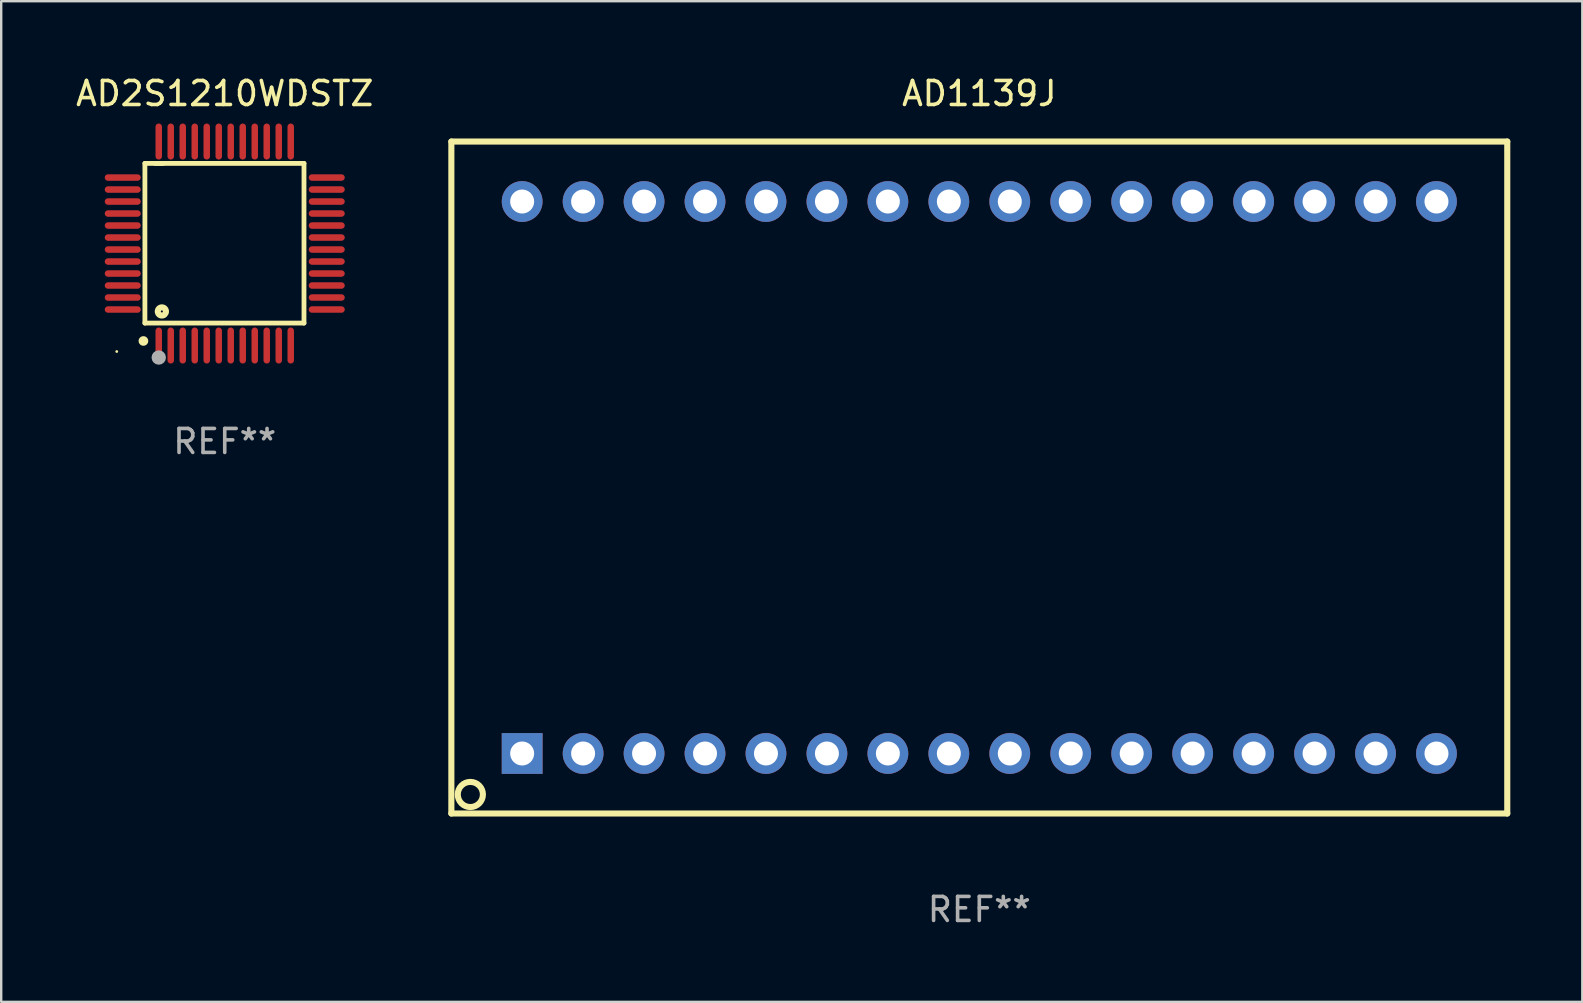
<source format=kicad_pcb>
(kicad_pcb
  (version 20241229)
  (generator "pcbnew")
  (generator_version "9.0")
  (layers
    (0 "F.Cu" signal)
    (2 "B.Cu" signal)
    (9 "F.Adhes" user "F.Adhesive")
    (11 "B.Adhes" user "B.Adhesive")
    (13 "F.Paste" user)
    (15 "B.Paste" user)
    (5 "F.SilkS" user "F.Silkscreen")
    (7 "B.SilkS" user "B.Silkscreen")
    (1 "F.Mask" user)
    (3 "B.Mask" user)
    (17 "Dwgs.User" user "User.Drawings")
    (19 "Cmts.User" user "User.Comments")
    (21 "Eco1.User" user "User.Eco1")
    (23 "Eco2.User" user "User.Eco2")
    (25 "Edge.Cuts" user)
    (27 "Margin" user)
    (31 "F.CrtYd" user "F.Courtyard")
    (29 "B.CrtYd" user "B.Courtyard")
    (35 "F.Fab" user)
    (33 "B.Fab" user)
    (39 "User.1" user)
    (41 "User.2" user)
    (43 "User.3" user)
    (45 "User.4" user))
  (footprint "AD1139J"
    (layer "F.Cu")
    (at 37.758 16.848)
    (property "Reference" "AD1139J" (at 0 -16 0) (layer "F.SilkS") (effects (font (size 1 1) (thickness 0.15))))
    (attr through_hole)
    (fp_line (start -22 -14) (end -22 14) (stroke (width 0.254) (type solid)) (layer "F.SilkS"))
    (fp_line (start 22 -14) (end -22 -14) (stroke (width 0.254) (type solid)) (layer "F.SilkS"))
    (fp_line (start 22 -14) (end 22 14) (stroke (width 0.254) (type solid)) (layer "F.SilkS"))
    (fp_line (start 22 14) (end -22 14) (stroke (width 0.254) (type solid)) (layer "F.SilkS"))
    (fp_circle (center -21.209 13.208) (end -20.685 13.208) (stroke (width 0.254) (type solid)) (fill no) (layer "F.SilkS"))
    (fp_text user "REF**" (at 0 18 0) (layer "F.Fab") (effects (font (size 1 1) (thickness 0.15))))
    (pad "1" thru_hole rect (at -19.05 11.5) (size 1.7 1.7) (drill 1) (layers "*.Cu" "*.Mask"))
    (pad "2" thru_hole circle (at -16.51 11.5) (size 1.7 1.7) (drill 1) (layers "*.Cu" "*.Mask"))
    (pad "3" thru_hole circle (at -13.97 11.5) (size 1.7 1.7) (drill 1) (layers "*.Cu" "*.Mask"))
    (pad "4" thru_hole circle (at -11.43 11.5) (size 1.7 1.7) (drill 1) (layers "*.Cu" "*.Mask"))
    (pad "5" thru_hole circle (at -8.89 11.5) (size 1.7 1.7) (drill 1) (layers "*.Cu" "*.Mask"))
    (pad "6" thru_hole circle (at -6.35 11.5) (size 1.7 1.7) (drill 1) (layers "*.Cu" "*.Mask"))
    (pad "7" thru_hole circle (at -3.81 11.5) (size 1.7 1.7) (drill 1) (layers "*.Cu" "*.Mask"))
    (pad "8" thru_hole circle (at -1.27 11.5) (size 1.7 1.7) (drill 1) (layers "*.Cu" "*.Mask"))
    (pad "9" thru_hole circle (at 1.27 11.5) (size 1.7 1.7) (drill 1) (layers "*.Cu" "*.Mask"))
    (pad "10" thru_hole circle (at 3.81 11.5) (size 1.7 1.7) (drill 1) (layers "*.Cu" "*.Mask"))
    (pad "11" thru_hole circle (at 6.35 11.5) (size 1.7 1.7) (drill 1) (layers "*.Cu" "*.Mask"))
    (pad "12" thru_hole circle (at 8.89 11.5) (size 1.7 1.7) (drill 1) (layers "*.Cu" "*.Mask"))
    (pad "13" thru_hole circle (at 11.43 11.5) (size 1.7 1.7) (drill 1) (layers "*.Cu" "*.Mask"))
    (pad "14" thru_hole circle (at 13.97 11.5) (size 1.7 1.7) (drill 1) (layers "*.Cu" "*.Mask"))
    (pad "15" thru_hole circle (at 16.51 11.5) (size 1.7 1.7) (drill 1) (layers "*.Cu" "*.Mask"))
    (pad "16" thru_hole circle (at 19.05 11.5) (size 1.7 1.7) (drill 1) (layers "*.Cu" "*.Mask"))
    (pad "17" thru_hole circle (at 19.05 -11.5) (size 1.7 1.7) (drill 1) (layers "*.Cu" "*.Mask"))
    (pad "18" thru_hole circle (at 16.51 -11.5) (size 1.7 1.7) (drill 1) (layers "*.Cu" "*.Mask"))
    (pad "19" thru_hole circle (at 13.97 -11.5) (size 1.7 1.7) (drill 1) (layers "*.Cu" "*.Mask"))
    (pad "20" thru_hole circle (at 11.43 -11.5) (size 1.7 1.7) (drill 1) (layers "*.Cu" "*.Mask"))
    (pad "21" thru_hole circle (at 8.89 -11.5) (size 1.7 1.7) (drill 1) (layers "*.Cu" "*.Mask"))
    (pad "22" thru_hole circle (at 6.35 -11.5) (size 1.7 1.7) (drill 1) (layers "*.Cu" "*.Mask"))
    (pad "23" thru_hole circle (at 3.81 -11.5) (size 1.7 1.7) (drill 1) (layers "*.Cu" "*.Mask"))
    (pad "24" thru_hole circle (at 1.27 -11.5) (size 1.7 1.7) (drill 1) (layers "*.Cu" "*.Mask"))
    (pad "25" thru_hole circle (at -1.27 -11.5) (size 1.7 1.7) (drill 1) (layers "*.Cu" "*.Mask"))
    (pad "26" thru_hole circle (at -3.81 -11.5) (size 1.7 1.7) (drill 1) (layers "*.Cu" "*.Mask"))
    (pad "27" thru_hole circle (at -6.35 -11.5) (size 1.7 1.7) (drill 1) (layers "*.Cu" "*.Mask"))
    (pad "28" thru_hole circle (at -8.89 -11.5) (size 1.7 1.7) (drill 1) (layers "*.Cu" "*.Mask"))
    (pad "29" thru_hole circle (at -11.43 -11.5) (size 1.7 1.7) (drill 1) (layers "*.Cu" "*.Mask"))
    (pad "30" thru_hole circle (at -13.97 -11.5) (size 1.7 1.7) (drill 1) (layers "*.Cu" "*.Mask"))
    (pad "31" thru_hole circle (at -16.51 -11.5) (size 1.7 1.7) (drill 1) (layers "*.Cu" "*.Mask"))
    (pad "32" thru_hole circle (at -19.05 -11.5) (size 1.7 1.7) (drill 1) (layers "*.Cu" "*.Mask")))
  (footprint "AD2S1210WDSTZ"
    (layer "F.Cu")
    (at 6.315 7.098)
    (property "Reference" "AD2S1210WDSTZ" (at 0 -6.25 0) (layer "F.SilkS") (effects (font (size 1 1) (thickness 0.15))))
    (attr through_hole)
    (fp_line (start -3.327 -3.34) (end -2.565 -3.34) (stroke (width 0.2) (type solid)) (layer "F.SilkS"))
    (fp_line (start -3.327 3.315) (end -3.327 -3.34) (stroke (width 0.2) (type solid)) (layer "F.SilkS"))
    (fp_line (start -2.896 -3.34) (end 3.302 -3.34) (stroke (width 0.2) (type solid)) (layer "F.SilkS"))
    (fp_line (start 3.302 -3.34) (end 3.302 3.315) (stroke (width 0.2) (type solid)) (layer "F.SilkS"))
    (fp_line (start 3.302 3.315) (end -3.327 3.315) (stroke (width 0.2) (type solid)) (layer "F.SilkS"))
    (fp_arc (start -3.389992 4.059995) (mid -3.388722 4.059991) (end -3.387452 4.059995) (stroke (width 0.4) (type solid)) (layer "F.SilkS"))
    (fp_circle (center -4.5 4.5) (end -4.47 4.5) (stroke (width 0.06) (type solid)) (fill no) (layer "F.SilkS"))
    (fp_circle (center -2.62 2.83) (end -2.45 2.83) (stroke (width 0.254) (type solid)) (fill no) (layer "F.SilkS"))
    (fp_circle (center -2.75 4.75) (end -2.6 4.75) (stroke (width 0.3) (type solid)) (fill no) (layer "F.Fab"))
    (fp_text user "REF**" (at 0 8.25 0) (layer "F.Fab") (effects (font (size 1 1) (thickness 0.15))))
    (pad "1" smd oval (at -2.75 4.25) (size 0.27 1.5) (layers "F.Cu" "F.Mask" "F.Paste"))
    (pad "2" smd oval (at -2.25 4.25) (size 0.27 1.5) (layers "F.Cu" "F.Mask" "F.Paste"))
    (pad "3" smd oval (at -1.75 4.25) (size 0.27 1.5) (layers "F.Cu" "F.Mask" "F.Paste"))
    (pad "4" smd oval (at -1.25 4.25) (size 0.27 1.5) (layers "F.Cu" "F.Mask" "F.Paste"))
    (pad "5" smd oval (at -0.75 4.25) (size 0.27 1.5) (layers "F.Cu" "F.Mask" "F.Paste"))
    (pad "6" smd oval (at -0.25 4.25) (size 0.27 1.5) (layers "F.Cu" "F.Mask" "F.Paste"))
    (pad "7" smd oval (at 0.25 4.25) (size 0.27 1.5) (layers "F.Cu" "F.Mask" "F.Paste"))
    (pad "8" smd oval (at 0.75 4.25) (size 0.27 1.5) (layers "F.Cu" "F.Mask" "F.Paste"))
    (pad "9" smd oval (at 1.25 4.25) (size 0.27 1.5) (layers "F.Cu" "F.Mask" "F.Paste"))
    (pad "10" smd oval (at 1.75 4.25) (size 0.27 1.5) (layers "F.Cu" "F.Mask" "F.Paste"))
    (pad "11" smd oval (at 2.25 4.25) (size 0.27 1.5) (layers "F.Cu" "F.Mask" "F.Paste"))
    (pad "12" smd oval (at 2.75 4.25) (size 0.27 1.5) (layers "F.Cu" "F.Mask" "F.Paste"))
    (pad "13" smd oval (at 4.25 2.75) (size 1.5 0.27) (layers "F.Cu" "F.Mask" "F.Paste"))
    (pad "14" smd oval (at 4.25 2.25) (size 1.5 0.27) (layers "F.Cu" "F.Mask" "F.Paste"))
    (pad "15" smd oval (at 4.25 1.75) (size 1.5 0.27) (layers "F.Cu" "F.Mask" "F.Paste"))
    (pad "16" smd oval (at 4.25 1.25) (size 1.5 0.27) (layers "F.Cu" "F.Mask" "F.Paste"))
    (pad "17" smd oval (at 4.25 0.75) (size 1.5 0.27) (layers "F.Cu" "F.Mask" "F.Paste"))
    (pad "18" smd oval (at 4.25 0.25) (size 1.5 0.27) (layers "F.Cu" "F.Mask" "F.Paste"))
    (pad "19" smd oval (at 4.25 -0.25) (size 1.5 0.27) (layers "F.Cu" "F.Mask" "F.Paste"))
    (pad "20" smd oval (at 4.25 -0.75) (size 1.5 0.27) (layers "F.Cu" "F.Mask" "F.Paste"))
    (pad "21" smd oval (at 4.25 -1.25) (size 1.5 0.27) (layers "F.Cu" "F.Mask" "F.Paste"))
    (pad "22" smd oval (at 4.25 -1.75) (size 1.5 0.27) (layers "F.Cu" "F.Mask" "F.Paste"))
    (pad "23" smd oval (at 4.25 -2.25) (size 1.5 0.27) (layers "F.Cu" "F.Mask" "F.Paste"))
    (pad "24" smd oval (at 4.25 -2.75) (size 1.5 0.27) (layers "F.Cu" "F.Mask" "F.Paste"))
    (pad "25" smd oval (at 2.75 -4.25) (size 0.27 1.5) (layers "F.Cu" "F.Mask" "F.Paste"))
    (pad "26" smd oval (at 2.25 -4.25) (size 0.27 1.5) (layers "F.Cu" "F.Mask" "F.Paste"))
    (pad "27" smd oval (at 1.75 -4.25) (size 0.27 1.5) (layers "F.Cu" "F.Mask" "F.Paste"))
    (pad "28" smd oval (at 1.25 -4.25) (size 0.27 1.5) (layers "F.Cu" "F.Mask" "F.Paste"))
    (pad "29" smd oval (at 0.75 -4.25) (size 0.27 1.5) (layers "F.Cu" "F.Mask" "F.Paste"))
    (pad "30" smd oval (at 0.25 -4.25) (size 0.27 1.5) (layers "F.Cu" "F.Mask" "F.Paste"))
    (pad "31" smd oval (at -0.25 -4.25) (size 0.27 1.5) (layers "F.Cu" "F.Mask" "F.Paste"))
    (pad "32" smd oval (at -0.75 -4.25) (size 0.27 1.5) (layers "F.Cu" "F.Mask" "F.Paste"))
    (pad "33" smd oval (at -1.25 -4.25) (size 0.27 1.5) (layers "F.Cu" "F.Mask" "F.Paste"))
    (pad "34" smd oval (at -1.75 -4.25) (size 0.27 1.5) (layers "F.Cu" "F.Mask" "F.Paste"))
    (pad "35" smd oval (at -2.25 -4.25) (size 0.27 1.5) (layers "F.Cu" "F.Mask" "F.Paste"))
    (pad "36" smd oval (at -2.75 -4.25) (size 0.27 1.5) (layers "F.Cu" "F.Mask" "F.Paste"))
    (pad "37" smd oval (at -4.25 -2.75) (size 1.5 0.27) (layers "F.Cu" "F.Mask" "F.Paste"))
    (pad "38" smd oval (at -4.25 -2.25) (size 1.5 0.27) (layers "F.Cu" "F.Mask" "F.Paste"))
    (pad "39" smd oval (at -4.25 -1.75) (size 1.5 0.27) (layers "F.Cu" "F.Mask" "F.Paste"))
    (pad "40" smd oval (at -4.25 -1.25) (size 1.5 0.27) (layers "F.Cu" "F.Mask" "F.Paste"))
    (pad "41" smd oval (at -4.25 -0.75) (size 1.5 0.27) (layers "F.Cu" "F.Mask" "F.Paste"))
    (pad "42" smd oval (at -4.25 -0.25) (size 1.5 0.27) (layers "F.Cu" "F.Mask" "F.Paste"))
    (pad "43" smd oval (at -4.25 0.25) (size 1.5 0.27) (layers "F.Cu" "F.Mask" "F.Paste"))
    (pad "44" smd oval (at -4.25 0.75) (size 1.5 0.27) (layers "F.Cu" "F.Mask" "F.Paste"))
    (pad "45" smd oval (at -4.25 1.25) (size 1.5 0.27) (layers "F.Cu" "F.Mask" "F.Paste"))
    (pad "46" smd oval (at -4.25 1.75) (size 1.5 0.27) (layers "F.Cu" "F.Mask" "F.Paste"))
    (pad "47" smd oval (at -4.25 2.25) (size 1.5 0.27) (layers "F.Cu" "F.Mask" "F.Paste"))
    (pad "48" smd oval (at -4.25 2.75) (size 1.5 0.27) (layers "F.Cu" "F.Mask" "F.Paste")))
  (gr_rect
    (start -3 -3)
    (end 62.885 38.697)
    (stroke (width 0.1) (type default))
    (fill no)
    (layer "Edge.Cuts")))
</source>
